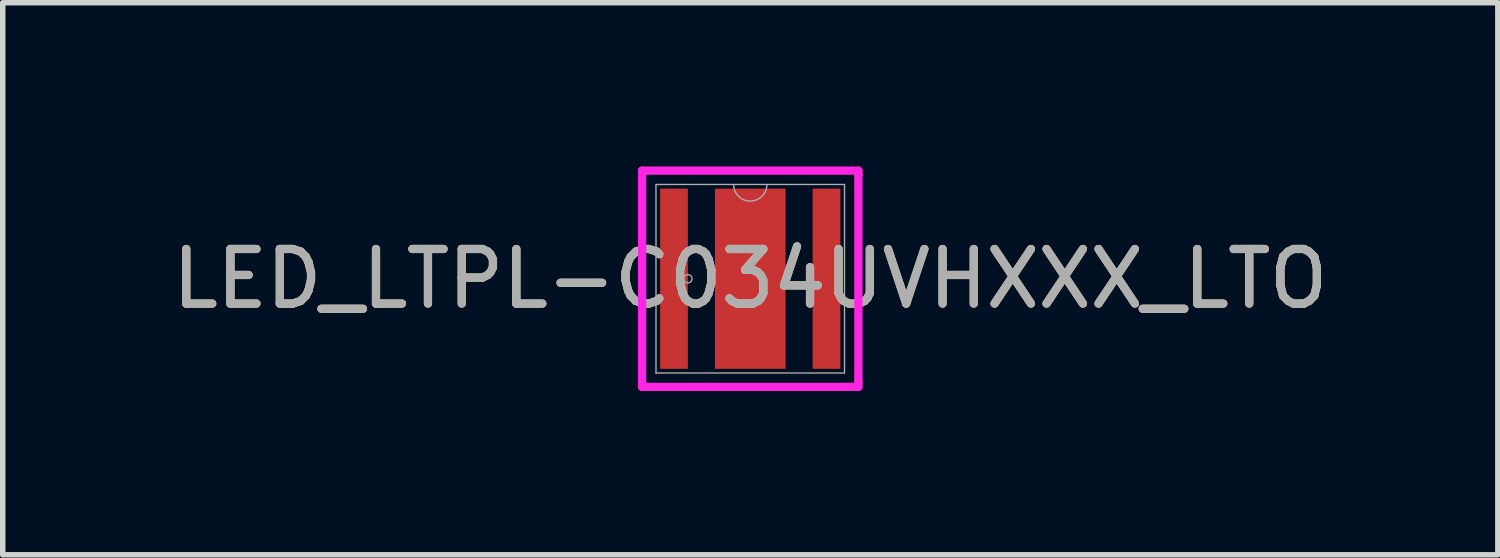
<source format=kicad_pcb>
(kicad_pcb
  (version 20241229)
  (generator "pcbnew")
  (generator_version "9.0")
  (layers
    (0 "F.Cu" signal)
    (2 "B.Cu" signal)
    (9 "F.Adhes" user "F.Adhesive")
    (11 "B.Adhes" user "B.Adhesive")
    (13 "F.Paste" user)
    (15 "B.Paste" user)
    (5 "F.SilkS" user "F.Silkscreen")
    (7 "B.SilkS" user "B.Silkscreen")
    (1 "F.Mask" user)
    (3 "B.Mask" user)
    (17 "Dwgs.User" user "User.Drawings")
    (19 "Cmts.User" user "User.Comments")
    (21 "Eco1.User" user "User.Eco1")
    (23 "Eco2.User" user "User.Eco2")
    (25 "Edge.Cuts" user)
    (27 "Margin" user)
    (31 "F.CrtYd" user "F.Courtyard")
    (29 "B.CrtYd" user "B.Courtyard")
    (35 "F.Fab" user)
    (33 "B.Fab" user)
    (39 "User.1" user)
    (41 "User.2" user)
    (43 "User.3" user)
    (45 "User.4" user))
  (footprint "LED_LTPL-C034UVHXXX_LTO"
    (layer "F.Cu")
    (at 10.696 2.057)
    (property "Reference" "LED_LTPL-C034UVHXXX_LTO" (at 0 0 0) (unlocked yes) (layer "F.SilkS") (effects (font (size 1 1) (thickness 0.15))))
    (attr smd)
    (fp_poly (pts (xy -0.548 -1.551) (xy -0.548 -0.1) (xy 0.548 -0.1) (xy 0.548 -1.551)) (stroke (width 0) (type solid)) (fill yes) (layer "F.Paste"))
    (fp_poly (pts (xy -0.548 0.1) (xy -0.548 1.551) (xy 0.548 1.551) (xy 0.548 0.1)) (stroke (width 0) (type solid)) (fill yes) (layer "F.Paste"))
    (fp_line (start -1.981 -1.981) (end 1.981 -1.981) (stroke (width 0.152) (type solid)) (layer "F.CrtYd"))
    (fp_line (start -1.981 -1.905) (end -1.981 -1.981) (stroke (width 0.152) (type solid)) (layer "F.CrtYd"))
    (fp_line (start -1.981 -1.905) (end -1.981 -1.905) (stroke (width 0.152) (type solid)) (layer "F.CrtYd"))
    (fp_line (start -1.981 1.905) (end -1.981 -1.905) (stroke (width 0.152) (type solid)) (layer "F.CrtYd"))
    (fp_line (start -1.981 1.905) (end -1.981 1.905) (stroke (width 0.152) (type solid)) (layer "F.CrtYd"))
    (fp_line (start -1.981 1.981) (end -1.981 1.905) (stroke (width 0.152) (type solid)) (layer "F.CrtYd"))
    (fp_line (start 1.981 -1.981) (end 1.981 -1.905) (stroke (width 0.152) (type solid)) (layer "F.CrtYd"))
    (fp_line (start 1.981 -1.905) (end 1.981 -1.905) (stroke (width 0.152) (type solid)) (layer "F.CrtYd"))
    (fp_line (start 1.981 -1.905) (end 1.981 1.905) (stroke (width 0.152) (type solid)) (layer "F.CrtYd"))
    (fp_line (start 1.981 1.905) (end 1.981 1.905) (stroke (width 0.152) (type solid)) (layer "F.CrtYd"))
    (fp_line (start 1.981 1.905) (end 1.981 1.981) (stroke (width 0.152) (type solid)) (layer "F.CrtYd"))
    (fp_line (start 1.981 1.981) (end -1.981 1.981) (stroke (width 0.152) (type solid)) (layer "F.CrtYd"))
    (fp_line (start -1.727 -1.727) (end -1.727 1.727) (stroke (width 0.025) (type solid)) (layer "F.Fab"))
    (fp_line (start -1.727 1.727) (end 1.727 1.727) (stroke (width 0.025) (type solid)) (layer "F.Fab"))
    (fp_line (start 1.727 -1.727) (end -1.727 -1.727) (stroke (width 0.025) (type solid)) (layer "F.Fab"))
    (fp_line (start 1.727 1.727) (end 1.727 -1.727) (stroke (width 0.025) (type solid)) (layer "F.Fab"))
    (fp_arc (start 0.3048 -1.7272) (mid 0 -1.4224) (end -0.3048 -1.7272) (stroke (width 0.0254) (type solid)) (layer "F.Fab"))
    (fp_circle (center -1.143 0) (end -1.067 0) (stroke (width 0.025) (type solid)) (fill no) (layer "F.Fab"))
    (fp_text user "${REFERENCE}" (at 0 0 0) (unlocked yes) (layer "F.Fab") (effects (font (size 1 1) (thickness 0.15))))
    (pad "1" smd rect (at -1.397 0) (size 0.508 3.302) (layers "F.Cu" "F.Mask" "F.Paste"))
    (pad "2" smd rect (at 1.397 0) (size 0.508 3.302) (layers "F.Cu" "F.Mask" "F.Paste"))
    (pad "3" smd rect (at 0 0) (size 1.295 3.302) (layers "F.Cu" "F.Mask" "F.Paste")))
  (gr_rect
    (start -3 -3)
    (end 24.393 7.115)
    (stroke (width 0.1) (type default))
    (fill no)
    (layer "Edge.Cuts")))
</source>
